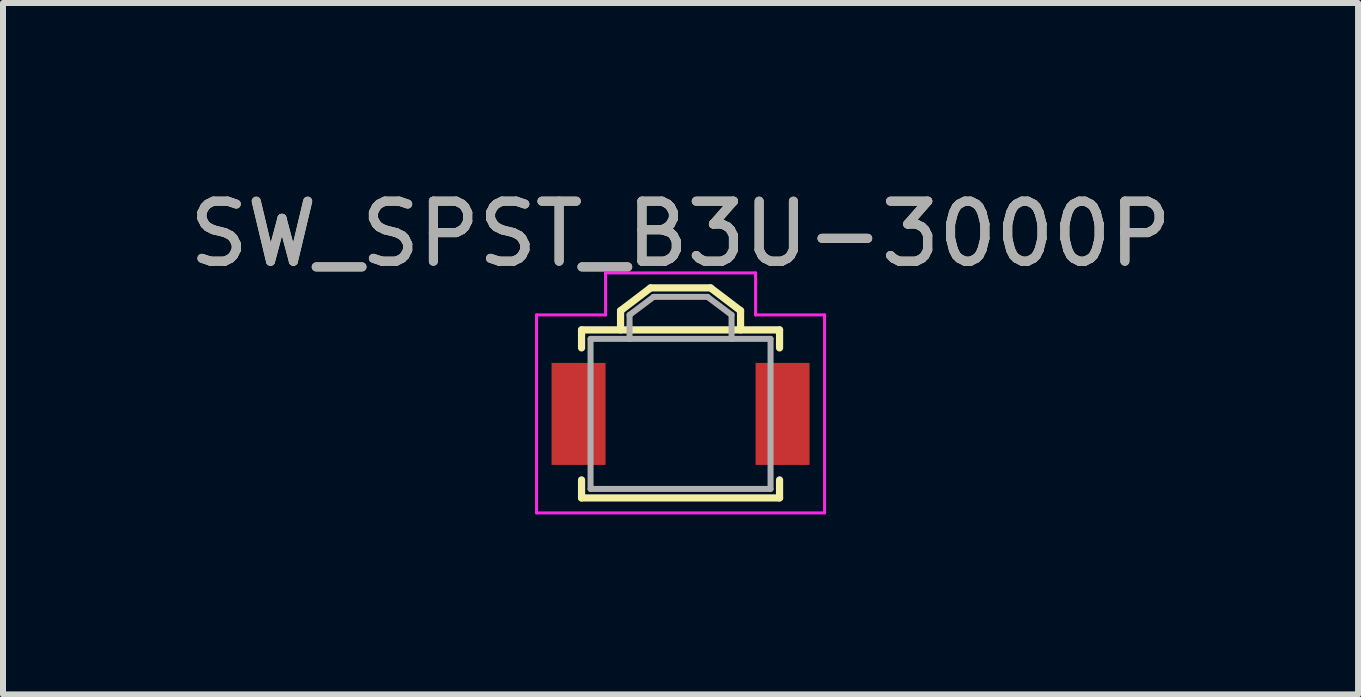
<source format=kicad_pcb>
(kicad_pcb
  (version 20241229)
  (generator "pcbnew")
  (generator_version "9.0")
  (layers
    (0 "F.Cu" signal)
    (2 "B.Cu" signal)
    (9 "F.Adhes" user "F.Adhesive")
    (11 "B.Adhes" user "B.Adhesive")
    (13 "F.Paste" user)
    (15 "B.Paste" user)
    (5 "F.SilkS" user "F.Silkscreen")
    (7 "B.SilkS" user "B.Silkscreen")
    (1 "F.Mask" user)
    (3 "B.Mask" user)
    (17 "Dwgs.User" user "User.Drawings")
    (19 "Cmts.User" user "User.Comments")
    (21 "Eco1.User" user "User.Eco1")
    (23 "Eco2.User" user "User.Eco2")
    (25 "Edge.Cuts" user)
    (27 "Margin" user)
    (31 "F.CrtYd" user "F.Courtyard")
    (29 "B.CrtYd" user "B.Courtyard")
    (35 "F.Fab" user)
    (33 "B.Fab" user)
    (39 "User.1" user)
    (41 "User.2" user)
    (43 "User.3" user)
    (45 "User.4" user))
  (footprint "SW_SPST_B3U-3000P"
    (layer "F.Cu")
    (at 8.292 3.848)
    (property "Reference" "SW_SPST_B3U-3000P" (at 0 -3 0) (layer "F.SilkS") (effects (font (size 1 1) (thickness 0.15))))
    (attr smd)
    (fp_line (start -1.65 -1.4) (end 1.65 -1.4) (stroke (width 0.12) (type solid)) (layer "F.SilkS"))
    (fp_line (start -1.65 -1.1) (end -1.65 -1.4) (stroke (width 0.12) (type solid)) (layer "F.SilkS"))
    (fp_line (start -1.65 1.1) (end -1.65 1.4) (stroke (width 0.12) (type solid)) (layer "F.SilkS"))
    (fp_line (start -1.65 1.4) (end 1.65 1.4) (stroke (width 0.12) (type solid)) (layer "F.SilkS"))
    (fp_line (start -1 -1.72) (end -1 -1.4) (stroke (width 0.12) (type solid)) (layer "F.SilkS"))
    (fp_line (start -0.5 -2.1) (end -1 -1.72) (stroke (width 0.12) (type solid)) (layer "F.SilkS"))
    (fp_line (start -0.5 -2.1) (end 0.5 -2.1) (stroke (width 0.12) (type solid)) (layer "F.SilkS"))
    (fp_line (start 0.5 -2.1) (end 1 -1.72) (stroke (width 0.12) (type solid)) (layer "F.SilkS"))
    (fp_line (start 1 -1.72) (end 1 -1.4) (stroke (width 0.12) (type solid)) (layer "F.SilkS"))
    (fp_line (start 1.65 -1.4) (end 1.65 -1.1) (stroke (width 0.12) (type solid)) (layer "F.SilkS"))
    (fp_line (start 1.65 1.4) (end 1.65 1.1) (stroke (width 0.12) (type solid)) (layer "F.SilkS"))
    (fp_line (start -2.4 -1.65) (end -2.4 1.65) (stroke (width 0.05) (type solid)) (layer "F.CrtYd"))
    (fp_line (start -2.4 1.65) (end 2.4 1.65) (stroke (width 0.05) (type solid)) (layer "F.CrtYd"))
    (fp_line (start -1.25 -2.35) (end 1.25 -2.35) (stroke (width 0.05) (type solid)) (layer "F.CrtYd"))
    (fp_line (start -1.25 -1.65) (end -2.4 -1.65) (stroke (width 0.05) (type solid)) (layer "F.CrtYd"))
    (fp_line (start -1.25 -1.65) (end -1.25 -2.35) (stroke (width 0.05) (type solid)) (layer "F.CrtYd"))
    (fp_line (start 1.25 -2.35) (end 1.25 -1.65) (stroke (width 0.05) (type solid)) (layer "F.CrtYd"))
    (fp_line (start 1.25 -1.65) (end 2.4 -1.65) (stroke (width 0.05) (type solid)) (layer "F.CrtYd"))
    (fp_line (start 2.4 1.65) (end 2.4 -1.65) (stroke (width 0.05) (type solid)) (layer "F.CrtYd"))
    (fp_line (start -1.5 -1.25) (end 1.5 -1.25) (stroke (width 0.1) (type solid)) (layer "F.Fab"))
    (fp_line (start -1.5 1.25) (end -1.5 -1.25) (stroke (width 0.1) (type solid)) (layer "F.Fab"))
    (fp_line (start -0.85 -1.65) (end -0.45 -1.95) (stroke (width 0.1) (type solid)) (layer "F.Fab"))
    (fp_line (start -0.85 -1.25) (end -0.85 -1.65) (stroke (width 0.1) (type solid)) (layer "F.Fab"))
    (fp_line (start -0.45 -1.95) (end 0.45 -1.95) (stroke (width 0.1) (type solid)) (layer "F.Fab"))
    (fp_line (start 0.45 -1.95) (end 0.85 -1.65) (stroke (width 0.1) (type solid)) (layer "F.Fab"))
    (fp_line (start 0.85 -1.65) (end 0.85 -1.25) (stroke (width 0.1) (type solid)) (layer "F.Fab"))
    (fp_line (start 1.5 -1.25) (end 1.5 1.25) (stroke (width 0.1) (type solid)) (layer "F.Fab"))
    (fp_line (start 1.5 1.25) (end -1.5 1.25) (stroke (width 0.1) (type solid)) (layer "F.Fab"))
    (fp_text user "${REFERENCE}" (at 0 -3 0) (layer "F.Fab") (effects (font (size 1 1) (thickness 0.15))))
    (pad "1" smd rect (at -1.7 0) (size 0.9 1.7) (layers "F.Cu" "F.Mask" "F.Paste"))
    (pad "2" smd rect (at 1.7 0) (size 0.9 1.7) (layers "F.Cu" "F.Mask" "F.Paste")))
  (gr_rect
    (start -3 -3)
    (end 19.583 8.523)
    (stroke (width 0.1) (type default))
    (fill no)
    (layer "Edge.Cuts")))
</source>
